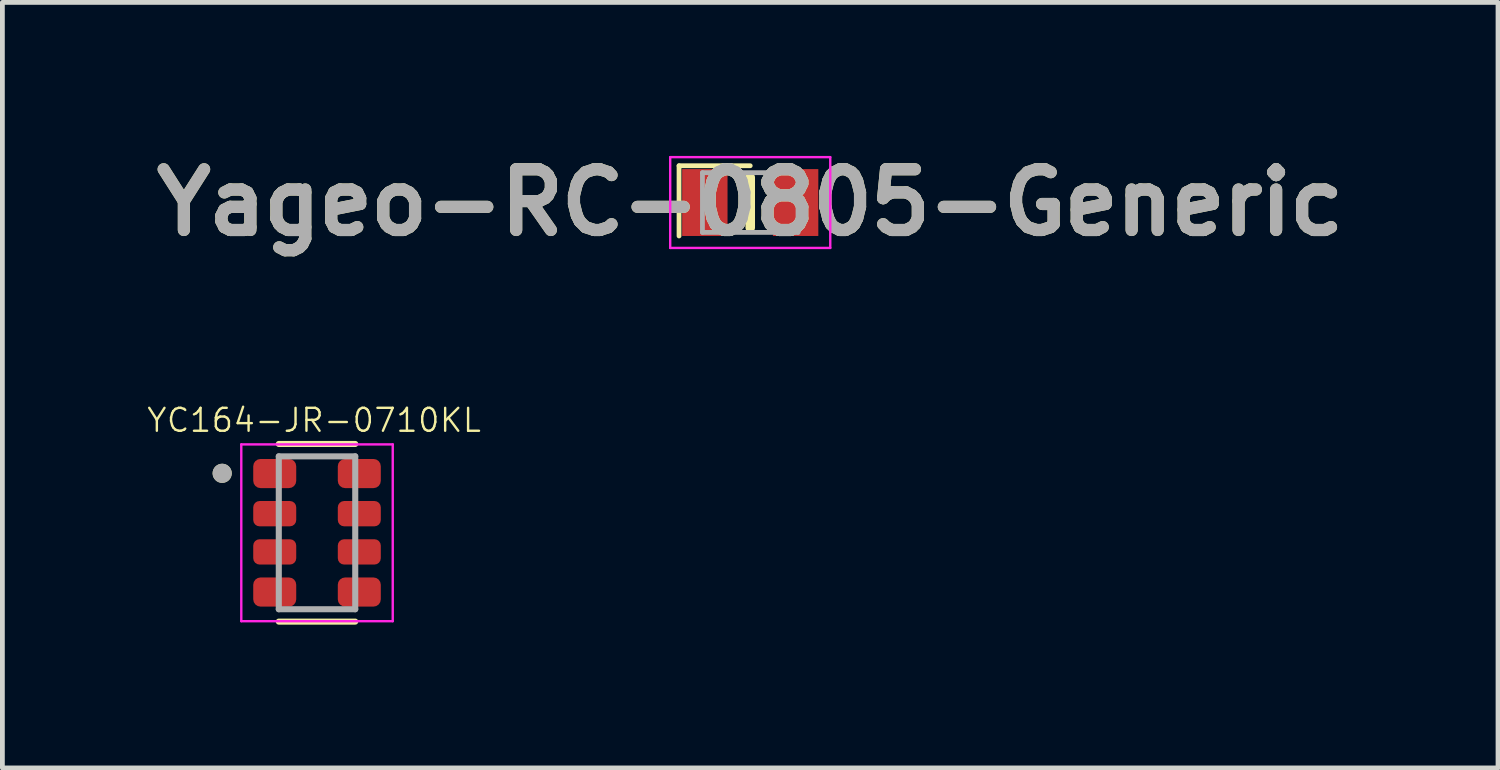
<source format=kicad_pcb>
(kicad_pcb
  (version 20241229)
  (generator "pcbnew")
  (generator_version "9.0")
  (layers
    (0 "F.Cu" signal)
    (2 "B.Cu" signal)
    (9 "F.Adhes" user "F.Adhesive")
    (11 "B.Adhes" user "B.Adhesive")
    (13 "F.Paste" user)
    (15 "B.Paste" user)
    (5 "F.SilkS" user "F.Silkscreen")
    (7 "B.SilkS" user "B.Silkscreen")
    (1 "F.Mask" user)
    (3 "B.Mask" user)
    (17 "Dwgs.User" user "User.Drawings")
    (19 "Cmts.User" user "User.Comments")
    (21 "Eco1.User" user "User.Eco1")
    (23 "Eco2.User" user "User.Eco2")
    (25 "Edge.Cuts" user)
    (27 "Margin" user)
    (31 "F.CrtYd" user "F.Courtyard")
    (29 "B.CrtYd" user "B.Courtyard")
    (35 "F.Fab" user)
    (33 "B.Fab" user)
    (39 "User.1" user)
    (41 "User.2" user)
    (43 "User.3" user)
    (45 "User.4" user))
  (footprint "YC164-JR-0710KL"
    (layer "F.Cu")
    (at 3.585 8.101)
    (property "Reference" "YC164-JR-0710KL" (at -0.061 -2.355 0) (layer "F.SilkS") (effects (font (size 0.48 0.48) (thickness 0.05))))
    (attr smd)
    (fp_line (start -0.8 1.859) (end 0.8 1.859) (stroke (width 0.127) (type solid)) (layer "F.SilkS"))
    (fp_line (start 0.8 -1.859) (end -0.8 -1.859) (stroke (width 0.127) (type solid)) (layer "F.SilkS"))
    (fp_circle (center -1.985 -1.245) (end -1.885 -1.245) (stroke (width 0.2) (type solid)) (fill no) (layer "F.SilkS"))
    (fp_line (start -1.585 -1.85) (end -1.585 1.85) (stroke (width 0.05) (type solid)) (layer "F.CrtYd"))
    (fp_line (start -1.585 1.85) (end 1.585 1.85) (stroke (width 0.05) (type solid)) (layer "F.CrtYd"))
    (fp_line (start 1.585 -1.85) (end -1.585 -1.85) (stroke (width 0.05) (type solid)) (layer "F.CrtYd"))
    (fp_line (start 1.585 1.85) (end 1.585 -1.85) (stroke (width 0.05) (type solid)) (layer "F.CrtYd"))
    (fp_line (start -0.8 -1.6) (end -0.8 1.6) (stroke (width 0.127) (type solid)) (layer "F.Fab"))
    (fp_line (start -0.8 1.6) (end 0.8 1.6) (stroke (width 0.127) (type solid)) (layer "F.Fab"))
    (fp_line (start 0.8 -1.6) (end -0.8 -1.6) (stroke (width 0.127) (type solid)) (layer "F.Fab"))
    (fp_line (start 0.8 1.6) (end 0.8 -1.6) (stroke (width 0.127) (type solid)) (layer "F.Fab"))
    (fp_circle (center -1.985 -1.245) (end -1.885 -1.245) (stroke (width 0.2) (type solid)) (fill no) (layer "F.Fab"))
    (pad "1" smd roundrect (at -0.885 -1.24) (size 0.9 0.61) (layers "F.Cu" "F.Mask" "F.Paste") (roundrect_rratio 0.25))
    (pad "2" smd roundrect (at -0.885 -0.4) (size 0.9 0.53) (layers "F.Cu" "F.Mask" "F.Paste") (roundrect_rratio 0.25))
    (pad "3" smd roundrect (at -0.885 0.4) (size 0.9 0.53) (layers "F.Cu" "F.Mask" "F.Paste") (roundrect_rratio 0.25))
    (pad "4" smd roundrect (at -0.885 1.24) (size 0.9 0.61) (layers "F.Cu" "F.Mask" "F.Paste") (roundrect_rratio 0.25))
    (pad "5" smd roundrect (at 0.885 1.24) (size 0.9 0.61) (layers "F.Cu" "F.Mask" "F.Paste") (roundrect_rratio 0.25))
    (pad "6" smd roundrect (at 0.885 0.4) (size 0.9 0.53) (layers "F.Cu" "F.Mask" "F.Paste") (roundrect_rratio 0.25))
    (pad "7" smd roundrect (at 0.885 -0.4) (size 0.9 0.53) (layers "F.Cu" "F.Mask" "F.Paste") (roundrect_rratio 0.25))
    (pad "8" smd roundrect (at 0.885 -1.24) (size 0.9 0.61) (layers "F.Cu" "F.Mask" "F.Paste") (roundrect_rratio 0.25)))
  (footprint "Yageo-RC-0805-Generic"
    (layer "F.Cu")
    (at 12.652 1.189)
    (property "Reference" "Yageo-RC-0805-Generic" (at 0 0 0) (layer "F.SilkS") (effects (font (size 1.27 1.27) (thickness 0.254))))
    (attr smd)
    (fp_line (start -1.49 -0.77) (end 0 -0.77) (stroke (width 0.1) (type default)) (layer "F.SilkS"))
    (fp_line (start -1.49 0.7) (end -1.49 -0.77) (stroke (width 0.1) (type default)) (layer "F.SilkS"))
    (fp_line (start 0 -0.525) (end 0 0.525) (stroke (width 0.2) (type solid)) (layer "F.SilkS"))
    (fp_line (start -1.675 -0.95) (end 1.675 -0.95) (stroke (width 0.05) (type solid)) (layer "F.CrtYd"))
    (fp_line (start -1.675 0.95) (end -1.675 -0.95) (stroke (width 0.05) (type solid)) (layer "F.CrtYd"))
    (fp_line (start 1.675 -0.95) (end 1.675 0.95) (stroke (width 0.05) (type solid)) (layer "F.CrtYd"))
    (fp_line (start 1.675 0.95) (end -1.675 0.95) (stroke (width 0.05) (type solid)) (layer "F.CrtYd"))
    (fp_line (start -1 -0.625) (end 1 -0.625) (stroke (width 0.1) (type solid)) (layer "F.Fab"))
    (fp_line (start -1 0.625) (end -1 -0.625) (stroke (width 0.1) (type solid)) (layer "F.Fab"))
    (fp_line (start 1 -0.625) (end 1 0.625) (stroke (width 0.1) (type solid)) (layer "F.Fab"))
    (fp_line (start 1 0.625) (end -1 0.625) (stroke (width 0.1) (type solid)) (layer "F.Fab"))
    (fp_text user "${REFERENCE}" (at 0 0 0) (layer "F.Fab") (effects (font (size 1.27 1.27) (thickness 0.254))))
    (pad "1" smd rect (at -0.95 0) (size 0.95 1.4) (layers "F.Cu" "F.Mask" "F.Paste"))
    (pad "2" smd rect (at 0.95 0) (size 0.95 1.4) (layers "F.Cu" "F.Mask" "F.Paste")))
  (gr_rect
    (start -3 -3)
    (end 28.303 13.023)
    (stroke (width 0.1) (type default))
    (fill no)
    (layer "Edge.Cuts")))
</source>
